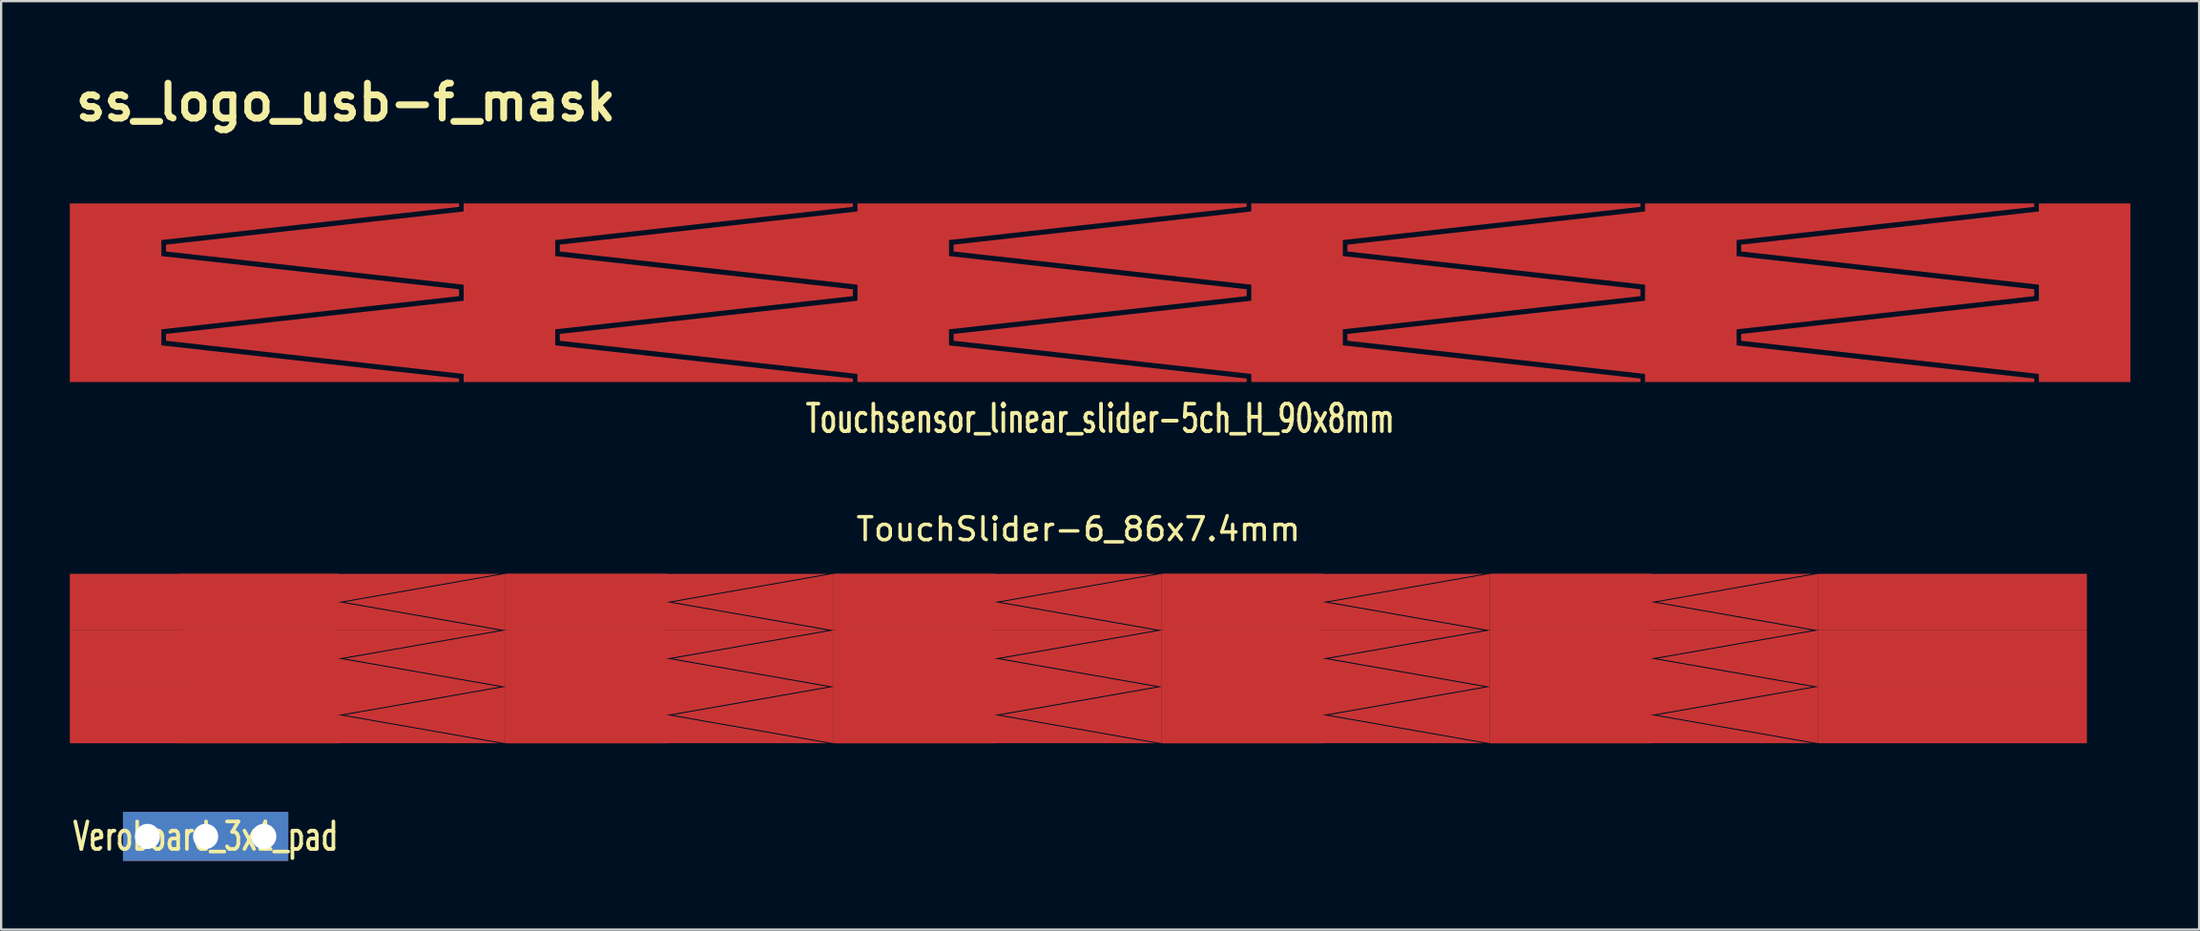
<source format=kicad_pcb>
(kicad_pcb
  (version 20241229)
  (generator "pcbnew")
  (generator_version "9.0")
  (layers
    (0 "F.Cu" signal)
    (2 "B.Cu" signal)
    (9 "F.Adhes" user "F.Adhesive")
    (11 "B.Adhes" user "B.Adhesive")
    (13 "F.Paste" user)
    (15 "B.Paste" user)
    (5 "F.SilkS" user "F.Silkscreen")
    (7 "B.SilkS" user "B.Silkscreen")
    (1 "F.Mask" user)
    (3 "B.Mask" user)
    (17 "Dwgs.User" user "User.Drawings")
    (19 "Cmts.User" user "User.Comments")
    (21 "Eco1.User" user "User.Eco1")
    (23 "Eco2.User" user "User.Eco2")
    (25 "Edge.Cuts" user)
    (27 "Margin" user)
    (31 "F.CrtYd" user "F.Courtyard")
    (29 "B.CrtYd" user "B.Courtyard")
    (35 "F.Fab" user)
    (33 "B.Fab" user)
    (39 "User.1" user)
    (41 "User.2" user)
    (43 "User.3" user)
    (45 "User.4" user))
  (footprint "Veroboard_3x1_pad"
    (layer "F.Cu")
    (at 5.931 33.487)
    (property "Reference" "Veroboard_3x1_pad" (at 0 0 0) (layer "F.SilkS") (effects (font (size 1.2 0.8) (thickness 0.16))))
    (attr through_hole)
    (pad "1" thru_hole circle (at -2.54 0) (size 1.7 1.7) (drill 1.1) (layers "*.Mask" "F.Cu"))
    (pad "1" thru_hole rect (at 0 0) (size 7.22 2.14) (drill 1.1) (layers "*.Mask" "F.Cu"))
    (pad "1" thru_hole circle (at 2.54 0) (size 1.7 1.7) (drill 1.1) (layers "*.Mask" "F.Cu")))
  (footprint "TouchSlider-6_86x7.4mm"
    (layer "F.Cu")
    (at 44.049 25.717)
    (property "Reference" "TouchSlider-6_86x7.4mm" (at 0 -5.65 0) (layer "F.SilkS") (effects (font (size 1 1) (thickness 0.15))))
    (attr smd)
    (pad "1" smd rect (at -38.181 -2.467) (size 11.736 2.467) (layers "F.Cu" "F.Mask"))
    (pad "1" smd rect (at -38.181 0) (size 11.736 2.467) (layers "F.Cu" "F.Mask"))
    (pad "1" smd rect (at -38.181 2.467) (size 11.736 2.467) (layers "F.Cu" "F.Mask"))
    (pad "1" smd trapezoid (at -32.312 -3.083) (size 7.042 1.233) (rect_delta 0 -7.042) (layers "F.Cu" "F.Mask"))
    (pad "1" smd trapezoid (at -32.312 -1.85) (size 7.042 1.233) (rect_delta 0 7.042) (layers "F.Cu" "F.Mask"))
    (pad "1" smd trapezoid (at -32.312 -0.617) (size 7.042 1.233) (rect_delta 0 -7.042) (layers "F.Cu" "F.Mask"))
    (pad "1" smd trapezoid (at -32.312 0.617) (size 7.042 1.233) (rect_delta 0 7.042) (layers "F.Cu" "F.Mask"))
    (pad "1" smd trapezoid (at -32.312 1.85) (size 7.042 1.233) (rect_delta 0 -7.042) (layers "F.Cu" "F.Mask"))
    (pad "1" smd trapezoid (at -32.312 3.083) (size 7.042 1.233) (rect_delta 0 7.042) (layers "F.Cu" "F.Mask"))
    (pad "2" smd trapezoid (at -28.542 -2.467) (size 7.042 1.233) (rect_delta -1.233 0) (layers "F.Cu" "F.Mask"))
    (pad "2" smd trapezoid (at -28.542 0) (size 7.042 1.233) (rect_delta -1.233 0) (layers "F.Cu" "F.Mask"))
    (pad "2" smd trapezoid (at -28.542 2.467) (size 7.042 1.233) (rect_delta -1.233 0) (layers "F.Cu" "F.Mask"))
    (pad "2" smd rect (at -21.5 -2.467) (size 7.042 2.467) (layers "F.Cu" "F.Mask"))
    (pad "2" smd rect (at -21.5 0) (size 7.042 2.467) (layers "F.Cu" "F.Mask"))
    (pad "2" smd rect (at -21.5 2.467) (size 7.042 2.467) (layers "F.Cu" "F.Mask"))
    (pad "2" smd trapezoid (at -17.979 -3.083) (size 7.042 1.233) (rect_delta 0 -7.042) (layers "F.Cu" "F.Mask"))
    (pad "2" smd trapezoid (at -17.979 -1.85) (size 7.042 1.233) (rect_delta 0 7.042) (layers "F.Cu" "F.Mask"))
    (pad "2" smd trapezoid (at -17.979 -0.617) (size 7.042 1.233) (rect_delta 0 -7.042) (layers "F.Cu" "F.Mask"))
    (pad "2" smd trapezoid (at -17.979 0.617) (size 7.042 1.233) (rect_delta 0 7.042) (layers "F.Cu" "F.Mask"))
    (pad "2" smd trapezoid (at -17.979 1.85) (size 7.042 1.233) (rect_delta 0 -7.042) (layers "F.Cu" "F.Mask"))
    (pad "2" smd trapezoid (at -17.979 3.083) (size 7.042 1.233) (rect_delta 0 7.042) (layers "F.Cu" "F.Mask"))
    (pad "3" smd trapezoid (at -14.208 -2.467) (size 7.042 1.233) (rect_delta -1.233 0) (layers "F.Cu" "F.Mask"))
    (pad "3" smd trapezoid (at -14.208 0) (size 7.042 1.233) (rect_delta -1.233 0) (layers "F.Cu" "F.Mask"))
    (pad "3" smd trapezoid (at -14.208 2.467) (size 7.042 1.233) (rect_delta -1.233 0) (layers "F.Cu" "F.Mask"))
    (pad "3" smd rect (at -7.167 -2.467) (size 7.042 2.467) (layers "F.Cu" "F.Mask"))
    (pad "3" smd rect (at -7.167 0) (size 7.042 2.467) (layers "F.Cu" "F.Mask"))
    (pad "3" smd rect (at -7.167 2.467) (size 7.042 2.467) (layers "F.Cu" "F.Mask"))
    (pad "3" smd trapezoid (at -3.646 -3.083) (size 7.042 1.233) (rect_delta 0 -7.042) (layers "F.Cu" "F.Mask"))
    (pad "3" smd trapezoid (at -3.646 -1.85) (size 7.042 1.233) (rect_delta 0 7.042) (layers "F.Cu" "F.Mask"))
    (pad "3" smd trapezoid (at -3.646 -0.617) (size 7.042 1.233) (rect_delta 0 -7.042) (layers "F.Cu" "F.Mask"))
    (pad "3" smd trapezoid (at -3.646 0.617) (size 7.042 1.233) (rect_delta 0 7.042) (layers "F.Cu" "F.Mask"))
    (pad "3" smd trapezoid (at -3.646 1.85) (size 7.042 1.233) (rect_delta 0 -7.042) (layers "F.Cu" "F.Mask"))
    (pad "3" smd trapezoid (at -3.646 3.083) (size 7.042 1.233) (rect_delta 0 7.042) (layers "F.Cu" "F.Mask"))
    (pad "4" smd trapezoid (at 0.125 -2.467) (size 7.042 1.233) (rect_delta -1.233 0) (layers "F.Cu" "F.Mask"))
    (pad "4" smd trapezoid (at 0.125 0) (size 7.042 1.233) (rect_delta -1.233 0) (layers "F.Cu" "F.Mask"))
    (pad "4" smd trapezoid (at 0.125 2.467) (size 7.042 1.233) (rect_delta -1.233 0) (layers "F.Cu" "F.Mask"))
    (pad "4" smd rect (at 7.167 -2.467) (size 7.042 2.467) (layers "F.Cu" "F.Mask"))
    (pad "4" smd rect (at 7.167 0) (size 7.042 2.467) (layers "F.Cu" "F.Mask"))
    (pad "4" smd rect (at 7.167 2.467) (size 7.042 2.467) (layers "F.Cu" "F.Mask"))
    (pad "4" smd trapezoid (at 10.687 -3.083) (size 7.042 1.233) (rect_delta 0 -7.042) (layers "F.Cu" "F.Mask"))
    (pad "4" smd trapezoid (at 10.687 -1.85) (size 7.042 1.233) (rect_delta 0 7.042) (layers "F.Cu" "F.Mask"))
    (pad "4" smd trapezoid (at 10.687 -0.617) (size 7.042 1.233) (rect_delta 0 -7.042) (layers "F.Cu" "F.Mask"))
    (pad "4" smd trapezoid (at 10.687 0.617) (size 7.042 1.233) (rect_delta 0 7.042) (layers "F.Cu" "F.Mask"))
    (pad "4" smd trapezoid (at 10.687 1.85) (size 7.042 1.233) (rect_delta 0 -7.042) (layers "F.Cu" "F.Mask"))
    (pad "4" smd trapezoid (at 10.687 3.083) (size 7.042 1.233) (rect_delta 0 7.042) (layers "F.Cu" "F.Mask"))
    (pad "5" smd trapezoid (at 14.458 -2.467) (size 7.042 1.233) (rect_delta -1.233 0) (layers "F.Cu" "F.Mask"))
    (pad "5" smd trapezoid (at 14.458 0) (size 7.042 1.233) (rect_delta -1.233 0) (layers "F.Cu" "F.Mask"))
    (pad "5" smd trapezoid (at 14.458 2.467) (size 7.042 1.233) (rect_delta -1.233 0) (layers "F.Cu" "F.Mask"))
    (pad "5" smd rect (at 21.5 -2.467) (size 7.042 2.467) (layers "F.Cu" "F.Mask"))
    (pad "5" smd rect (at 21.5 0) (size 7.042 2.467) (layers "F.Cu" "F.Mask"))
    (pad "5" smd rect (at 21.5 2.467) (size 7.042 2.467) (layers "F.Cu" "F.Mask"))
    (pad "5" smd trapezoid (at 25.021 -3.083) (size 7.042 1.233) (rect_delta 0 -7.042) (layers "F.Cu" "F.Mask"))
    (pad "5" smd trapezoid (at 25.021 -1.85) (size 7.042 1.233) (rect_delta 0 7.042) (layers "F.Cu" "F.Mask"))
    (pad "5" smd trapezoid (at 25.021 -0.617) (size 7.042 1.233) (rect_delta 0 -7.042) (layers "F.Cu" "F.Mask"))
    (pad "5" smd trapezoid (at 25.021 0.617) (size 7.042 1.233) (rect_delta 0 7.042) (layers "F.Cu" "F.Mask"))
    (pad "5" smd trapezoid (at 25.021 1.85) (size 7.042 1.233) (rect_delta 0 -7.042) (layers "F.Cu" "F.Mask"))
    (pad "5" smd trapezoid (at 25.021 3.083) (size 7.042 1.233) (rect_delta 0 7.042) (layers "F.Cu" "F.Mask"))
    (pad "6" smd trapezoid (at 28.792 -2.467) (size 7.042 1.233) (rect_delta -1.233 0) (layers "F.Cu" "F.Mask"))
    (pad "6" smd trapezoid (at 28.792 0) (size 7.042 1.233) (rect_delta -1.233 0) (layers "F.Cu" "F.Mask"))
    (pad "6" smd trapezoid (at 28.792 2.467) (size 7.042 1.233) (rect_delta -1.233 0) (layers "F.Cu" "F.Mask"))
    (pad "6" smd rect (at 38.181 -2.467) (size 11.736 2.467) (layers "F.Cu" "F.Mask"))
    (pad "6" smd rect (at 38.181 0) (size 11.736 2.467) (layers "F.Cu" "F.Mask"))
    (pad "6" smd rect (at 38.181 2.467) (size 11.736 2.467) (layers "F.Cu" "F.Mask")))
  (footprint "ss_logo_usb-f_mask"
    (layer "F.Cu")
    (at 12.054 1.418)
    (property "Reference" "ss_logo_usb-f_mask" (at 0 0 0) (layer "F.SilkS") (effects (font (size 1.524 1.524) (thickness 0.3))))
    (attr through_hole)
    (fp_poly (pts (xy -2.365 -0.242) (xy -2.362 -0.021) (xy -2.359 0.15) (xy -2.355 0.28) (xy -2.35 0.375) (xy -2.342 0.442) (xy -2.332 0.489) (xy -2.319 0.522) (xy -2.301 0.55) (xy -2.297 0.555) (xy -2.222 0.622) (xy -2.135 0.661) (xy -2.001 0.672) (xy -1.878 0.642) (xy -1.782 0.574) (xy -1.767 0.555) (xy -1.748 0.528) (xy -1.734 0.496) (xy -1.723 0.453) (xy -1.716 0.39) (xy -1.71 0.302) (xy -1.706 0.18) (xy -1.702 0.017) (xy -1.7 -0.193) (xy -1.699 -0.242) (xy -1.691 -0.96) (xy -1.185 -0.96) (xy -1.185 -0.273) (xy -1.186 -0.029) (xy -1.19 0.165) (xy -1.195 0.314) (xy -1.204 0.427) (xy -1.216 0.508) (xy -1.225 0.547) (xy -1.302 0.721) (xy -1.415 0.855) (xy -1.568 0.951) (xy -1.761 1.01) (xy -1.972 1.033) (xy -2.099 1.034) (xy -2.218 1.029) (xy -2.307 1.019) (xy -2.322 1.015) (xy -2.496 0.952) (xy -2.64 0.862) (xy -2.724 0.778) (xy -2.769 0.713) (xy -2.805 0.646) (xy -2.832 0.569) (xy -2.851 0.474) (xy -2.865 0.353) (xy -2.873 0.2) (xy -2.877 0.007) (xy -2.879 -0.234) (xy -2.879 -0.273) (xy -2.879 -0.96) (xy -2.373 -0.96) (xy -2.365 -0.242)) (stroke (width 0.01) (type solid)) (fill yes) (layer "F.Mask"))
    (fp_poly (pts (xy 1.827 -0.955) (xy 2.023 -0.951) (xy 2.172 -0.946) (xy 2.283 -0.939) (xy 2.365 -0.93) (xy 2.427 -0.917) (xy 2.479 -0.9) (xy 2.512 -0.885) (xy 2.648 -0.804) (xy 2.737 -0.705) (xy 2.787 -0.579) (xy 2.789 -0.571) (xy 2.801 -0.428) (xy 2.776 -0.291) (xy 2.719 -0.173) (xy 2.636 -0.091) (xy 2.623 -0.084) (xy 2.589 -0.062) (xy 2.591 -0.041) (xy 2.634 -0.007) (xy 2.658 0.01) (xy 2.773 0.108) (xy 2.844 0.225) (xy 2.875 0.37) (xy 2.879 0.452) (xy 2.863 0.616) (xy 2.811 0.744) (xy 2.717 0.849) (xy 2.658 0.893) (xy 2.584 0.935) (xy 2.494 0.966) (xy 2.381 0.989) (xy 2.237 1.004) (xy 2.054 1.013) (xy 1.823 1.016) (xy 1.777 1.016) (xy 1.27 1.016) (xy 1.27 0.141) (xy 1.778 0.141) (xy 1.778 0.677) (xy 1.977 0.677) (xy 2.108 0.671) (xy 2.212 0.652) (xy 2.256 0.636) (xy 2.325 0.587) (xy 2.36 0.521) (xy 2.371 0.42) (xy 2.371 0.409) (xy 2.366 0.33) (xy 2.353 0.27) (xy 2.353 0.269) (xy 2.3 0.207) (xy 2.198 0.165) (xy 2.053 0.143) (xy 1.977 0.141) (xy 1.778 0.141) (xy 1.27 0.141) (xy 1.27 -0.621) (xy 1.778 -0.621) (xy 1.778 -0.198) (xy 1.972 -0.198) (xy 2.096 -0.203) (xy 2.178 -0.22) (xy 2.229 -0.248) (xy 2.277 -0.31) (xy 2.292 -0.403) (xy 2.292 -0.409) (xy 2.279 -0.504) (xy 2.235 -0.568) (xy 2.154 -0.605) (xy 2.028 -0.62) (xy 1.972 -0.621) (xy 1.778 -0.621) (xy 1.27 -0.621) (xy 1.27 -0.965) (xy 1.827 -0.955)) (stroke (width 0.01) (type solid)) (fill yes) (layer "F.Mask"))
    (fp_poly (pts (xy 0.126 -1.006) (xy 0.264 -0.993) (xy 0.402 -0.975) (xy 0.515 -0.956) (xy 0.536 -0.952) (xy 0.691 -0.916) (xy 0.7 -0.751) (xy 0.704 -0.634) (xy 0.697 -0.565) (xy 0.669 -0.537) (xy 0.614 -0.541) (xy 0.523 -0.569) (xy 0.519 -0.57) (xy 0.346 -0.616) (xy 0.177 -0.64) (xy 0.022 -0.642) (xy -0.11 -0.622) (xy -0.208 -0.582) (xy -0.257 -0.531) (xy -0.281 -0.442) (xy -0.25 -0.365) (xy -0.164 -0.3) (xy -0.024 -0.249) (xy 0.071 -0.227) (xy 0.311 -0.169) (xy 0.5 -0.1) (xy 0.64 -0.017) (xy 0.738 0.085) (xy 0.795 0.207) (xy 0.818 0.355) (xy 0.818 0.387) (xy 0.796 0.586) (xy 0.731 0.752) (xy 0.625 0.881) (xy 0.479 0.972) (xy 0.472 0.974) (xy 0.361 1.005) (xy 0.211 1.025) (xy 0.04 1.034) (xy -0.135 1.031) (xy -0.296 1.016) (xy -0.367 1.004) (xy -0.508 0.973) (xy -0.603 0.946) (xy -0.662 0.915) (xy -0.692 0.873) (xy -0.704 0.81) (xy -0.706 0.72) (xy -0.706 0.706) (xy -0.703 0.609) (xy -0.697 0.538) (xy -0.687 0.508) (xy -0.687 0.508) (xy -0.653 0.518) (xy -0.582 0.543) (xy -0.489 0.58) (xy -0.485 0.581) (xy -0.348 0.625) (xy -0.196 0.656) (xy -0.046 0.672) (xy 0.084 0.671) (xy 0.175 0.653) (xy 0.263 0.596) (xy 0.313 0.518) (xy 0.324 0.432) (xy 0.293 0.352) (xy 0.229 0.298) (xy 0.167 0.274) (xy 0.069 0.243) (xy -0.05 0.211) (xy -0.093 0.201) (xy -0.308 0.14) (xy -0.469 0.074) (xy -0.578 0.001) (xy -0.599 -0.019) (xy -0.677 -0.145) (xy -0.722 -0.299) (xy -0.729 -0.464) (xy -0.698 -0.622) (xy -0.681 -0.664) (xy -0.586 -0.809) (xy -0.45 -0.914) (xy -0.273 -0.981) (xy -0.055 -1.009) (xy 0.126 -1.006)) (stroke (width 0.01) (type solid)) (fill yes) (layer "F.Mask")))
  (footprint "Touchsensor_linear_slider-5ch_H_90x8mm"
    (layer "F.Cu")
    (at 45 9.736)
    (property "Reference" "Touchsensor_linear_slider-5ch_H_90x8mm" (at 0 5.5 0) (layer "F.SilkS") (effects (font (size 1.2 0.8) (thickness 0.16))))
    (attr through_hole)
    (pad "1" smd custom (at -43 0) (size 4 7.8) (layers "F.Cu") (options (anchor rect)) (primitives (gr_poly (pts (xy 2 -3.9) (xy 15 -3.9) (xy 15 -3.75) (xy 2 -2.3)) (width 0) (fill yes)) (gr_poly (pts (xy 2 -1.6) (xy 15 -0.15) (xy 15 0.15) (xy 2 1.6)) (width 0) (fill yes)) (gr_poly (pts (xy 2 2.3) (xy 15 3.75) (xy 15 3.9) (xy 2 3.9)) (width 0) (fill yes))))
    (pad "1" smd custom (at 43 0) (size 4 7.8) (layers "F.Cu") (options (anchor rect)) (primitives (gr_poly (pts (xy -2 -0.35) (xy -15 -1.8) (xy -15 -2.1) (xy -2 -3.55)) (width 0) (fill yes)) (gr_poly (pts (xy -2 3.55) (xy -15 2.1) (xy -15 1.8) (xy -2 0.35)) (width 0) (fill yes))))
    (pad "2" smd custom (at -25.8 0) (size 4 7.8) (layers "F.Cu") (options (anchor rect)) (primitives (gr_poly (pts (xy 2 -3.9) (xy 15 -3.9) (xy 15 -3.75) (xy 2 -2.3)) (width 0) (fill yes)) (gr_poly (pts (xy 2 -1.6) (xy 15 -0.15) (xy 15 0.15) (xy 2 1.6)) (width 0) (fill yes)) (gr_poly (pts (xy 2 2.3) (xy 15 3.75) (xy 15 3.9) (xy 2 3.9)) (width 0) (fill yes)) (gr_poly (pts (xy -2 -0.35) (xy -15 -1.8) (xy -15 -2.1) (xy -2 -3.55)) (width 0) (fill yes)) (gr_poly (pts (xy -2 3.55) (xy -15 2.1) (xy -15 1.8) (xy -2 0.35)) (width 0) (fill yes))))
    (pad "3" smd custom (at -8.6 0) (size 4 7.8) (layers "F.Cu") (options (anchor rect)) (primitives (gr_poly (pts (xy 2 -3.9) (xy 15 -3.9) (xy 15 -3.75) (xy 2 -2.3)) (width 0) (fill yes)) (gr_poly (pts (xy 2 -1.6) (xy 15 -0.15) (xy 15 0.15) (xy 2 1.6)) (width 0) (fill yes)) (gr_poly (pts (xy 2 2.3) (xy 15 3.75) (xy 15 3.9) (xy 2 3.9)) (width 0) (fill yes)) (gr_poly (pts (xy -2 -0.35) (xy -15 -1.8) (xy -15 -2.1) (xy -2 -3.55)) (width 0) (fill yes)) (gr_poly (pts (xy -2 3.55) (xy -15 2.1) (xy -15 1.8) (xy -2 0.35)) (width 0) (fill yes))))
    (pad "4" smd custom (at 8.6 0) (size 4 7.8) (layers "F.Cu") (options (anchor rect)) (primitives (gr_poly (pts (xy 2 -3.9) (xy 15 -3.9) (xy 15 -3.75) (xy 2 -2.3)) (width 0) (fill yes)) (gr_poly (pts (xy 2 -1.6) (xy 15 -0.15) (xy 15 0.15) (xy 2 1.6)) (width 0) (fill yes)) (gr_poly (pts (xy 2 2.3) (xy 15 3.75) (xy 15 3.9) (xy 2 3.9)) (width 0) (fill yes)) (gr_poly (pts (xy -2 -0.35) (xy -15 -1.8) (xy -15 -2.1) (xy -2 -3.55)) (width 0) (fill yes)) (gr_poly (pts (xy -2 3.55) (xy -15 2.1) (xy -15 1.8) (xy -2 0.35)) (width 0) (fill yes))))
    (pad "5" smd custom (at 25.8 0) (size 4 7.8) (layers "F.Cu") (options (anchor rect)) (primitives (gr_poly (pts (xy 2 -3.9) (xy 15 -3.9) (xy 15 -3.75) (xy 2 -2.3)) (width 0) (fill yes)) (gr_poly (pts (xy 2 -1.6) (xy 15 -0.15) (xy 15 0.15) (xy 2 1.6)) (width 0) (fill yes)) (gr_poly (pts (xy 2 2.3) (xy 15 3.75) (xy 15 3.9) (xy 2 3.9)) (width 0) (fill yes)) (gr_poly (pts (xy -2 -0.35) (xy -15 -1.8) (xy -15 -2.1) (xy -2 -3.55)) (width 0) (fill yes)) (gr_poly (pts (xy -2 3.55) (xy -15 2.1) (xy -15 1.8) (xy -2 0.35)) (width 0) (fill yes)))))
  (gr_rect
    (start -3 -3)
    (end 93 37.557)
    (stroke (width 0.1) (type default))
    (fill no)
    (layer "Edge.Cuts")))
</source>
